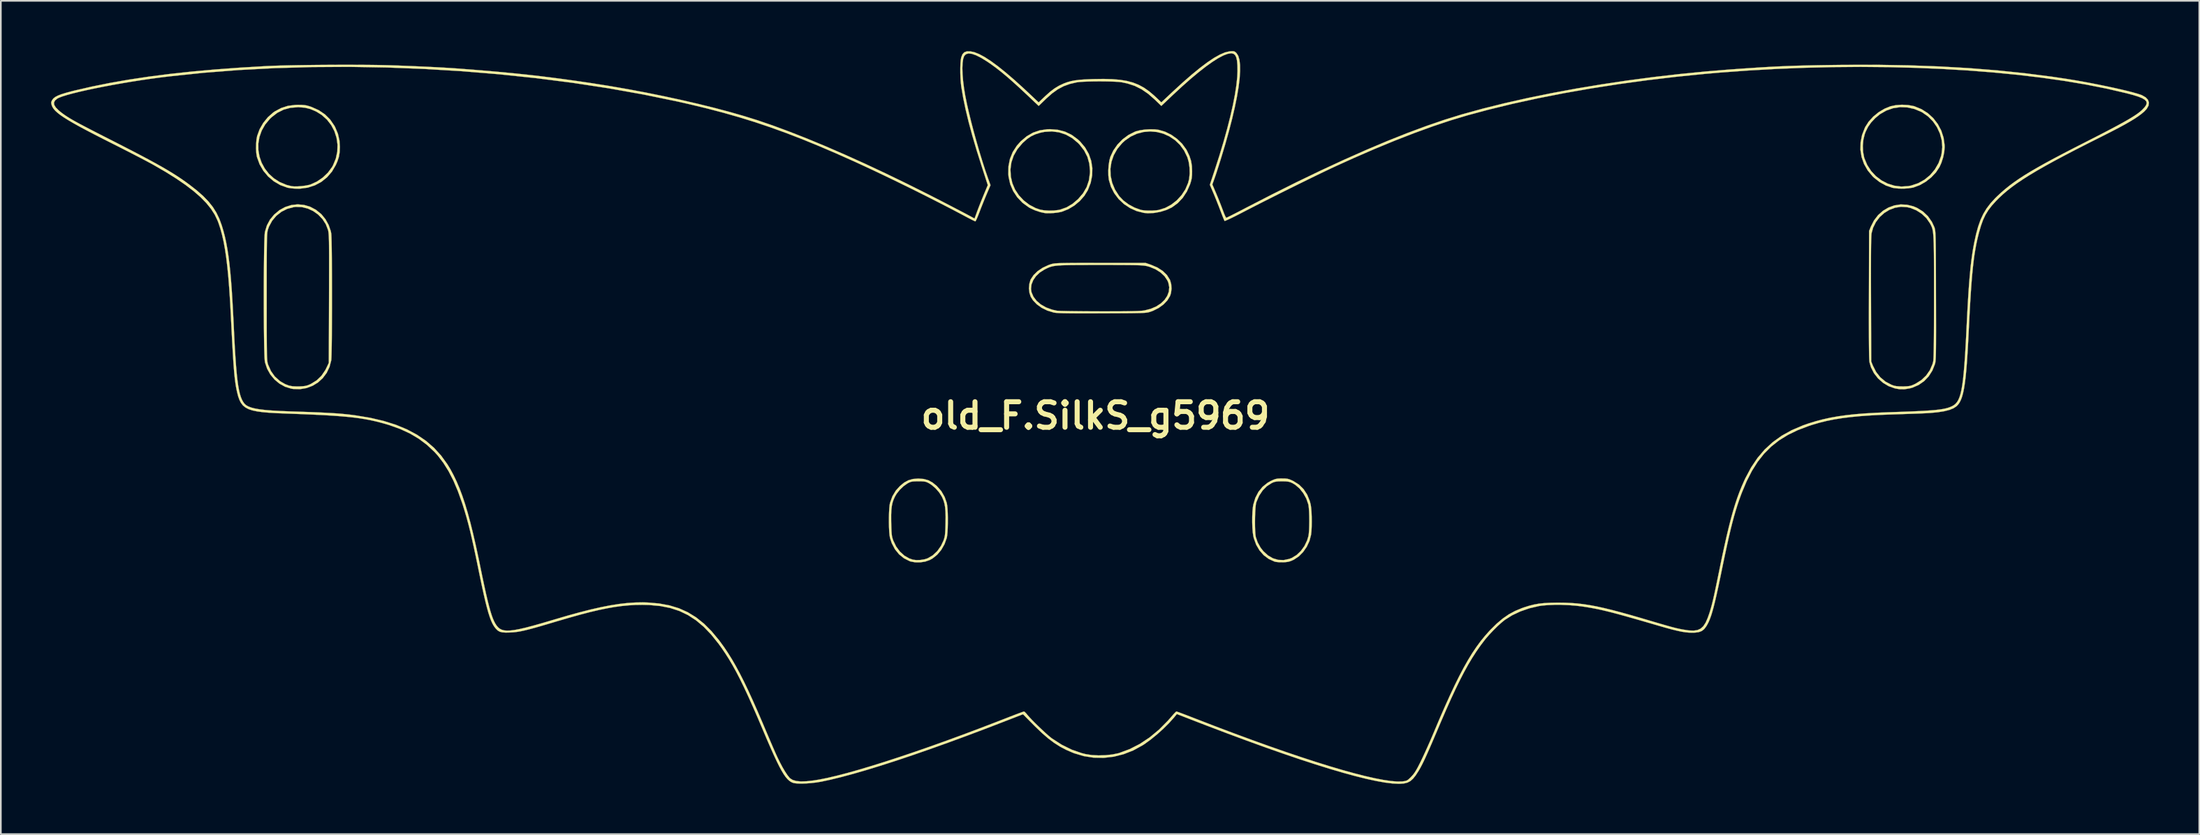
<source format=kicad_pcb>
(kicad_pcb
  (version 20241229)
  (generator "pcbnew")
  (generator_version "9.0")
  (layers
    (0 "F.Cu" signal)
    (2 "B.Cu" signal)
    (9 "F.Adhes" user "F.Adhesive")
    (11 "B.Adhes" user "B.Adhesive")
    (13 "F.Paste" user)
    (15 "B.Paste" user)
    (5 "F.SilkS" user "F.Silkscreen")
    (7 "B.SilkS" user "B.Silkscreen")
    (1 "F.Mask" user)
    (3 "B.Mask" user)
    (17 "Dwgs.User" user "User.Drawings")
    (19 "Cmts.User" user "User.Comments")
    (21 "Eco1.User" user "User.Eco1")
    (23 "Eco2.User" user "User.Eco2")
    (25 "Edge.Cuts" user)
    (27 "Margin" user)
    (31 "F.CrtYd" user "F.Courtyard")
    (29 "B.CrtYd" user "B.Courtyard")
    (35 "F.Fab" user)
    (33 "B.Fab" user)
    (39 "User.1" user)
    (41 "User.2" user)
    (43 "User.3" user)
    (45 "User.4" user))
  (footprint "old_F.SilkS_g5969"
    (layer "F.Cu")
    (at 62.309 21.763)
    (property "Reference" "old_F.SilkS_g5969" (at 0 0 0) (layer "F.SilkS") (effects (font (size 1.524 1.524) (thickness 0.3))))
    (attr through_hole)
    (fp_poly (pts (xy 48.493 -18.543) (xy 48.828 -18.481) (xy 48.874 -18.467) (xy 49.293 -18.296) (xy 49.668 -18.058) (xy 49.993 -17.76) (xy 50.262 -17.412) (xy 50.469 -17.023) (xy 50.607 -16.6) (xy 50.67 -16.152) (xy 50.673 -16.022) (xy 50.648 -15.733) (xy 50.581 -15.412) (xy 50.479 -15.096) (xy 50.367 -14.846) (xy 50.154 -14.524) (xy 49.875 -14.228) (xy 49.549 -13.97) (xy 49.193 -13.765) (xy 48.825 -13.627) (xy 48.764 -13.612) (xy 48.514 -13.572) (xy 48.222 -13.554) (xy 47.925 -13.559) (xy 47.657 -13.587) (xy 47.55 -13.608) (xy 47.167 -13.74) (xy 46.796 -13.943) (xy 46.46 -14.205) (xy 46.378 -14.283) (xy 46.083 -14.637) (xy 45.862 -15.025) (xy 45.716 -15.44) (xy 45.647 -15.873) (xy 45.652 -16.11) (xy 45.791 -16.11) (xy 45.806 -15.746) (xy 45.87 -15.412) (xy 45.884 -15.367) (xy 46.054 -14.962) (xy 46.288 -14.603) (xy 46.575 -14.295) (xy 46.907 -14.044) (xy 47.275 -13.853) (xy 47.67 -13.73) (xy 48.082 -13.678) (xy 48.504 -13.704) (xy 48.673 -13.737) (xy 49.093 -13.878) (xy 49.474 -14.09) (xy 49.807 -14.365) (xy 50.087 -14.697) (xy 50.307 -15.077) (xy 50.458 -15.498) (xy 50.486 -15.621) (xy 50.531 -16.032) (xy 50.496 -16.444) (xy 50.389 -16.843) (xy 50.214 -17.221) (xy 49.977 -17.564) (xy 49.683 -17.862) (xy 49.338 -18.103) (xy 49.276 -18.137) (xy 48.863 -18.309) (xy 48.438 -18.402) (xy 48.013 -18.417) (xy 47.595 -18.354) (xy 47.194 -18.215) (xy 46.821 -18.002) (xy 46.537 -17.768) (xy 46.289 -17.505) (xy 46.103 -17.242) (xy 45.959 -16.95) (xy 45.902 -16.796) (xy 45.823 -16.471) (xy 45.791 -16.11) (xy 45.652 -16.11) (xy 45.656 -16.315) (xy 45.744 -16.757) (xy 45.913 -17.192) (xy 45.929 -17.225) (xy 46.136 -17.55) (xy 46.411 -17.852) (xy 46.735 -18.117) (xy 47.093 -18.329) (xy 47.434 -18.467) (xy 47.761 -18.536) (xy 48.125 -18.562) (xy 48.493 -18.543)) (stroke (width 0.01) (type solid)) (fill yes) (layer "F.SilkS"))
    (fp_poly (pts (xy -2.238 -17.065) (xy -1.812 -16.954) (xy -1.42 -16.766) (xy -1.057 -16.5) (xy -0.909 -16.362) (xy -0.615 -16.012) (xy -0.395 -15.626) (xy -0.25 -15.214) (xy -0.182 -14.783) (xy -0.192 -14.341) (xy -0.281 -13.898) (xy -0.45 -13.462) (xy -0.45 -13.462) (xy -0.659 -13.124) (xy -0.933 -12.813) (xy -1.258 -12.543) (xy -1.615 -12.328) (xy -1.988 -12.18) (xy -2.079 -12.156) (xy -2.267 -12.122) (xy -2.493 -12.098) (xy -2.723 -12.085) (xy -2.924 -12.086) (xy -3.006 -12.093) (xy -3.289 -12.153) (xy -3.594 -12.254) (xy -3.878 -12.382) (xy -3.974 -12.436) (xy -4.349 -12.709) (xy -4.661 -13.035) (xy -4.907 -13.406) (xy -5.082 -13.815) (xy -5.18 -14.254) (xy -5.196 -14.418) (xy -5.191 -14.697) (xy -5.068 -14.697) (xy -5.042 -14.259) (xy -4.955 -13.88) (xy -4.796 -13.505) (xy -4.567 -13.158) (xy -4.278 -12.849) (xy -3.942 -12.591) (xy -3.571 -12.395) (xy -3.297 -12.301) (xy -3.055 -12.258) (xy -2.769 -12.24) (xy -2.472 -12.247) (xy -2.202 -12.28) (xy -2.102 -12.301) (xy -1.722 -12.437) (xy -1.37 -12.644) (xy -1.036 -12.928) (xy -1.032 -12.932) (xy -0.738 -13.275) (xy -0.523 -13.646) (xy -0.387 -14.048) (xy -0.328 -14.482) (xy -0.325 -14.605) (xy -0.363 -15.042) (xy -0.476 -15.446) (xy -0.667 -15.822) (xy -0.939 -16.174) (xy -1.037 -16.277) (xy -1.383 -16.567) (xy -1.762 -16.779) (xy -2.168 -16.914) (xy -2.595 -16.969) (xy -3.034 -16.942) (xy -3.277 -16.892) (xy -3.58 -16.798) (xy -3.838 -16.677) (xy -4.077 -16.514) (xy -4.324 -16.293) (xy -4.36 -16.257) (xy -4.657 -15.905) (xy -4.874 -15.524) (xy -5.012 -15.12) (xy -5.068 -14.697) (xy -5.191 -14.697) (xy -5.187 -14.888) (xy -5.099 -15.329) (xy -4.932 -15.74) (xy -4.686 -16.119) (xy -4.45 -16.383) (xy -4.097 -16.68) (xy -3.721 -16.896) (xy -3.317 -17.034) (xy -2.876 -17.097) (xy -2.703 -17.102) (xy -2.238 -17.065)) (stroke (width 0.01) (type solid)) (fill yes) (layer "F.SilkS"))
    (fp_poly (pts (xy -47.36 -18.553) (xy -47.189 -18.54) (xy -47.037 -18.512) (xy -46.871 -18.463) (xy -46.776 -18.431) (xy -46.345 -18.239) (xy -45.972 -17.988) (xy -45.659 -17.677) (xy -45.404 -17.304) (xy -45.366 -17.234) (xy -45.196 -16.832) (xy -45.102 -16.414) (xy -45.079 -16.047) (xy -45.092 -15.728) (xy -45.138 -15.453) (xy -45.225 -15.184) (xy -45.321 -14.965) (xy -45.553 -14.569) (xy -45.844 -14.231) (xy -46.186 -13.957) (xy -46.573 -13.75) (xy -46.997 -13.613) (xy -47.453 -13.552) (xy -47.603 -13.549) (xy -47.81 -13.558) (xy -48.017 -13.578) (xy -48.186 -13.606) (xy -48.218 -13.614) (xy -48.638 -13.767) (xy -49.022 -13.992) (xy -49.361 -14.279) (xy -49.647 -14.62) (xy -49.871 -15.007) (xy -50.024 -15.43) (xy -50.035 -15.473) (xy -50.068 -15.684) (xy -50.083 -15.945) (xy -50.078 -16.223) (xy -50.076 -16.246) (xy -49.944 -16.246) (xy -49.942 -15.854) (xy -49.876 -15.47) (xy -49.748 -15.102) (xy -49.561 -14.757) (xy -49.318 -14.444) (xy -49.021 -14.172) (xy -48.672 -13.948) (xy -48.275 -13.78) (xy -47.964 -13.7) (xy -47.8 -13.685) (xy -47.582 -13.688) (xy -47.342 -13.707) (xy -47.106 -13.738) (xy -46.904 -13.78) (xy -46.832 -13.802) (xy -46.453 -13.974) (xy -46.101 -14.214) (xy -45.794 -14.508) (xy -45.547 -14.842) (xy -45.489 -14.946) (xy -45.323 -15.348) (xy -45.234 -15.762) (xy -45.221 -16.179) (xy -45.279 -16.588) (xy -45.405 -16.98) (xy -45.597 -17.345) (xy -45.852 -17.672) (xy -46.166 -17.953) (xy -46.496 -18.157) (xy -46.834 -18.302) (xy -47.169 -18.385) (xy -47.537 -18.414) (xy -47.583 -18.414) (xy -48.028 -18.378) (xy -48.433 -18.269) (xy -48.806 -18.083) (xy -49.151 -17.818) (xy -49.254 -17.72) (xy -49.536 -17.381) (xy -49.743 -17.017) (xy -49.878 -16.636) (xy -49.944 -16.246) (xy -50.076 -16.246) (xy -50.056 -16.486) (xy -50.017 -16.697) (xy -49.87 -17.098) (xy -49.652 -17.477) (xy -49.376 -17.817) (xy -49.054 -18.1) (xy -48.966 -18.161) (xy -48.589 -18.363) (xy -48.186 -18.493) (xy -47.745 -18.551) (xy -47.583 -18.556) (xy -47.36 -18.553)) (stroke (width 0.01) (type solid)) (fill yes) (layer "F.SilkS"))
    (fp_poly (pts (xy 3.555 -17.091) (xy 3.778 -17.063) (xy 4.161 -16.95) (xy 4.533 -16.765) (xy 4.878 -16.52) (xy 5.178 -16.229) (xy 5.417 -15.902) (xy 5.469 -15.809) (xy 5.616 -15.495) (xy 5.71 -15.205) (xy 5.759 -14.904) (xy 5.771 -14.584) (xy 5.766 -14.358) (xy 5.749 -14.179) (xy 5.712 -14.012) (xy 5.652 -13.819) (xy 5.645 -13.799) (xy 5.458 -13.378) (xy 5.211 -13.003) (xy 4.909 -12.685) (xy 4.56 -12.432) (xy 4.56 -12.432) (xy 4.239 -12.281) (xy 3.875 -12.168) (xy 3.495 -12.101) (xy 3.128 -12.084) (xy 2.896 -12.105) (xy 2.465 -12.213) (xy 2.065 -12.393) (xy 1.702 -12.635) (xy 1.385 -12.933) (xy 1.125 -13.278) (xy 0.928 -13.66) (xy 0.804 -14.073) (xy 0.802 -14.087) (xy 0.772 -14.348) (xy 0.769 -14.649) (xy 0.775 -14.739) (xy 0.897 -14.739) (xy 0.911 -14.321) (xy 1.001 -13.906) (xy 1.167 -13.503) (xy 1.411 -13.122) (xy 1.434 -13.093) (xy 1.679 -12.839) (xy 1.985 -12.612) (xy 2.326 -12.426) (xy 2.681 -12.296) (xy 2.748 -12.279) (xy 2.922 -12.253) (xy 3.147 -12.241) (xy 3.39 -12.243) (xy 3.619 -12.258) (xy 3.776 -12.281) (xy 4.164 -12.403) (xy 4.528 -12.598) (xy 4.856 -12.855) (xy 5.14 -13.164) (xy 5.368 -13.513) (xy 5.53 -13.893) (xy 5.591 -14.13) (xy 5.625 -14.455) (xy 5.616 -14.808) (xy 5.566 -15.151) (xy 5.487 -15.425) (xy 5.295 -15.822) (xy 5.046 -16.163) (xy 4.75 -16.447) (xy 4.416 -16.671) (xy 4.052 -16.834) (xy 3.668 -16.934) (xy 3.273 -16.968) (xy 2.875 -16.935) (xy 2.483 -16.834) (xy 2.107 -16.661) (xy 1.755 -16.415) (xy 1.596 -16.269) (xy 1.309 -15.926) (xy 1.097 -15.551) (xy 0.959 -15.152) (xy 0.897 -14.739) (xy 0.775 -14.739) (xy 0.791 -14.959) (xy 0.836 -15.245) (xy 0.888 -15.44) (xy 1.067 -15.827) (xy 1.316 -16.184) (xy 1.622 -16.498) (xy 1.973 -16.758) (xy 2.357 -16.951) (xy 2.429 -16.978) (xy 2.666 -17.038) (xy 2.954 -17.079) (xy 3.261 -17.097) (xy 3.555 -17.091)) (stroke (width 0.01) (type solid)) (fill yes) (layer "F.SilkS"))
    (fp_poly (pts (xy 11.322 3.75) (xy 11.462 3.765) (xy 11.587 3.8) (xy 11.733 3.864) (xy 11.82 3.906) (xy 12.149 4.114) (xy 12.422 4.385) (xy 12.638 4.715) (xy 12.794 5.101) (xy 12.848 5.313) (xy 12.875 5.5) (xy 12.895 5.749) (xy 12.907 6.036) (xy 12.91 6.338) (xy 12.905 6.633) (xy 12.891 6.898) (xy 12.868 7.109) (xy 12.867 7.112) (xy 12.773 7.476) (xy 12.613 7.821) (xy 12.398 8.132) (xy 12.14 8.393) (xy 11.849 8.588) (xy 11.821 8.602) (xy 11.654 8.677) (xy 11.503 8.72) (xy 11.33 8.743) (xy 11.204 8.749) (xy 10.964 8.747) (xy 10.764 8.725) (xy 10.68 8.704) (xy 10.342 8.55) (xy 10.044 8.327) (xy 9.792 8.041) (xy 9.593 7.702) (xy 9.453 7.316) (xy 9.422 7.185) (xy 9.389 6.96) (xy 9.367 6.678) (xy 9.357 6.363) (xy 9.357 6.324) (xy 9.523 6.324) (xy 9.525 6.602) (xy 9.533 6.856) (xy 9.547 7.068) (xy 9.567 7.219) (xy 9.57 7.234) (xy 9.68 7.557) (xy 9.854 7.871) (xy 10.019 8.084) (xy 10.294 8.337) (xy 10.592 8.511) (xy 10.908 8.604) (xy 11.235 8.617) (xy 11.568 8.547) (xy 11.718 8.488) (xy 12.003 8.316) (xy 12.257 8.076) (xy 12.47 7.781) (xy 12.632 7.445) (xy 12.71 7.189) (xy 12.732 7.039) (xy 12.749 6.825) (xy 12.758 6.568) (xy 12.762 6.288) (xy 12.759 6.004) (xy 12.75 5.737) (xy 12.734 5.508) (xy 12.713 5.336) (xy 12.704 5.292) (xy 12.583 4.946) (xy 12.405 4.626) (xy 12.182 4.346) (xy 11.924 4.124) (xy 11.748 4.02) (xy 11.629 3.968) (xy 11.513 3.937) (xy 11.372 3.921) (xy 11.179 3.916) (xy 11.134 3.916) (xy 10.927 3.919) (xy 10.779 3.933) (xy 10.66 3.961) (xy 10.544 4.008) (xy 10.52 4.02) (xy 10.234 4.205) (xy 9.981 4.46) (xy 9.773 4.771) (xy 9.617 5.128) (xy 9.593 5.204) (xy 9.569 5.331) (xy 9.55 5.525) (xy 9.536 5.767) (xy 9.527 6.039) (xy 9.523 6.324) (xy 9.357 6.324) (xy 9.358 6.04) (xy 9.371 5.733) (xy 9.395 5.468) (xy 9.42 5.313) (xy 9.543 4.904) (xy 9.729 4.546) (xy 9.973 4.245) (xy 10.272 4.004) (xy 10.446 3.906) (xy 10.615 3.826) (xy 10.746 3.779) (xy 10.874 3.755) (xy 11.035 3.747) (xy 11.134 3.747) (xy 11.322 3.75)) (stroke (width 0.01) (type solid)) (fill yes) (layer "F.SilkS"))
    (fp_poly (pts (xy -10.246 3.776) (xy -9.973 3.85) (xy -9.721 3.986) (xy -9.467 4.192) (xy -9.459 4.2) (xy -9.193 4.502) (xy -8.994 4.85) (xy -8.868 5.209) (xy -8.842 5.359) (xy -8.822 5.574) (xy -8.809 5.835) (xy -8.803 6.124) (xy -8.804 6.421) (xy -8.811 6.707) (xy -8.825 6.964) (xy -8.846 7.172) (xy -8.868 7.294) (xy -9.003 7.67) (xy -9.196 8.008) (xy -9.438 8.297) (xy -9.721 8.523) (xy -9.885 8.614) (xy -10.154 8.708) (xy -10.456 8.754) (xy -10.76 8.751) (xy -11.034 8.699) (xy -11.077 8.684) (xy -11.419 8.513) (xy -11.715 8.274) (xy -11.96 7.972) (xy -12.149 7.613) (xy -12.256 7.294) (xy -12.282 7.142) (xy -12.302 6.925) (xy -12.315 6.662) (xy -12.321 6.373) (xy -12.32 6.076) (xy -12.316 5.915) (xy -12.185 5.915) (xy -12.184 6.263) (xy -12.182 6.392) (xy -12.174 6.677) (xy -12.166 6.893) (xy -12.154 7.057) (xy -12.137 7.184) (xy -12.113 7.292) (xy -12.08 7.395) (xy -12.058 7.457) (xy -11.888 7.808) (xy -11.666 8.108) (xy -11.402 8.349) (xy -11.103 8.521) (xy -10.892 8.592) (xy -10.687 8.618) (xy -10.445 8.611) (xy -10.204 8.573) (xy -10.007 8.511) (xy -9.699 8.33) (xy -9.431 8.078) (xy -9.211 7.765) (xy -9.066 7.457) (xy -9.028 7.348) (xy -9 7.245) (xy -8.979 7.13) (xy -8.965 6.988) (xy -8.954 6.803) (xy -8.946 6.558) (xy -8.942 6.392) (xy -8.938 6.02) (xy -8.946 5.717) (xy -8.967 5.466) (xy -9.005 5.254) (xy -9.062 5.063) (xy -9.139 4.879) (xy -9.169 4.819) (xy -9.323 4.578) (xy -9.529 4.342) (xy -9.759 4.142) (xy -9.916 4.039) (xy -10.027 3.982) (xy -10.125 3.945) (xy -10.235 3.926) (xy -10.383 3.917) (xy -10.562 3.916) (xy -10.763 3.918) (xy -10.905 3.927) (xy -11.012 3.949) (xy -11.11 3.988) (xy -11.208 4.039) (xy -11.44 4.201) (xy -11.666 4.416) (xy -11.858 4.656) (xy -11.955 4.819) (xy -12.04 5.003) (xy -12.103 5.19) (xy -12.146 5.394) (xy -12.173 5.63) (xy -12.185 5.915) (xy -12.316 5.915) (xy -12.313 5.79) (xy -12.299 5.535) (xy -12.279 5.329) (xy -12.257 5.209) (xy -12.114 4.812) (xy -11.908 4.469) (xy -11.665 4.2) (xy -11.411 3.991) (xy -11.159 3.854) (xy -10.888 3.777) (xy -10.573 3.753) (xy -10.562 3.753) (xy -10.246 3.776)) (stroke (width 0.01) (type solid)) (fill yes) (layer "F.SilkS"))
    (fp_poly (pts (xy 3.312 -9.011) (xy 3.699 -8.846) (xy 4.019 -8.639) (xy 4.27 -8.394) (xy 4.446 -8.113) (xy 4.456 -8.092) (xy 4.524 -7.854) (xy 4.543 -7.585) (xy 4.512 -7.321) (xy 4.457 -7.151) (xy 4.297 -6.886) (xy 4.066 -6.643) (xy 3.777 -6.432) (xy 3.442 -6.264) (xy 3.305 -6.213) (xy 3.246 -6.194) (xy 3.189 -6.177) (xy 3.125 -6.163) (xy 3.048 -6.152) (xy 2.951 -6.142) (xy 2.828 -6.134) (xy 2.671 -6.128) (xy 2.473 -6.124) (xy 2.229 -6.12) (xy 1.929 -6.117) (xy 1.569 -6.115) (xy 1.141 -6.113) (xy 0.638 -6.111) (xy 0.402 -6.11) (xy -0.159 -6.108) (xy -0.642 -6.108) (xy -1.053 -6.108) (xy -1.398 -6.11) (xy -1.684 -6.113) (xy -1.918 -6.117) (xy -2.105 -6.123) (xy -2.252 -6.131) (xy -2.365 -6.141) (xy -2.451 -6.152) (xy -2.495 -6.161) (xy -2.866 -6.274) (xy -3.204 -6.439) (xy -3.494 -6.647) (xy -3.725 -6.888) (xy -3.859 -7.101) (xy -3.936 -7.335) (xy -3.96 -7.569) (xy -3.841 -7.569) (xy -3.813 -7.379) (xy -3.697 -7.104) (xy -3.507 -6.856) (xy -3.252 -6.639) (xy -2.941 -6.462) (xy -2.582 -6.331) (xy -2.299 -6.267) (xy -2.219 -6.261) (xy -2.063 -6.254) (xy -1.839 -6.249) (xy -1.556 -6.243) (xy -1.222 -6.239) (xy -0.846 -6.235) (xy -0.437 -6.232) (xy -0.003 -6.23) (xy 0.254 -6.229) (xy 0.799 -6.229) (xy 1.266 -6.23) (xy 1.661 -6.232) (xy 1.992 -6.236) (xy 2.264 -6.241) (xy 2.484 -6.247) (xy 2.66 -6.256) (xy 2.796 -6.267) (xy 2.901 -6.279) (xy 2.933 -6.285) (xy 3.302 -6.38) (xy 3.628 -6.52) (xy 3.904 -6.7) (xy 4.125 -6.912) (xy 4.285 -7.149) (xy 4.38 -7.403) (xy 4.405 -7.669) (xy 4.352 -7.938) (xy 4.298 -8.068) (xy 4.124 -8.326) (xy 3.882 -8.554) (xy 3.583 -8.742) (xy 3.24 -8.883) (xy 3.121 -8.917) (xy 3.052 -8.934) (xy 2.978 -8.948) (xy 2.891 -8.96) (xy 2.785 -8.969) (xy 2.653 -8.977) (xy 2.488 -8.983) (xy 2.282 -8.988) (xy 2.028 -8.991) (xy 1.719 -8.993) (xy 1.349 -8.995) (xy 0.909 -8.996) (xy 0.394 -8.996) (xy 0.275 -8.996) (xy -0.278 -8.996) (xy -0.753 -8.995) (xy -1.158 -8.993) (xy -1.5 -8.99) (xy -1.785 -8.984) (xy -2.022 -8.976) (xy -2.218 -8.964) (xy -2.378 -8.948) (xy -2.512 -8.927) (xy -2.625 -8.901) (xy -2.726 -8.869) (xy -2.821 -8.831) (xy -2.917 -8.786) (xy -3.021 -8.733) (xy -3.036 -8.726) (xy -3.316 -8.548) (xy -3.542 -8.333) (xy -3.71 -8.09) (xy -3.812 -7.832) (xy -3.841 -7.569) (xy -3.96 -7.569) (xy -3.964 -7.603) (xy -3.942 -7.873) (xy -3.872 -8.111) (xy -3.862 -8.133) (xy -3.689 -8.393) (xy -3.446 -8.63) (xy -3.143 -8.833) (xy -2.793 -8.995) (xy -2.646 -9.045) (xy -2.589 -9.061) (xy -2.527 -9.074) (xy -2.452 -9.086) (xy -2.357 -9.095) (xy -2.236 -9.103) (xy -2.082 -9.109) (xy -1.888 -9.114) (xy -1.648 -9.117) (xy -1.355 -9.12) (xy -1.002 -9.121) (xy -0.582 -9.122) (xy -0.089 -9.123) (xy 0.296 -9.123) (xy 2.985 -9.123) (xy 3.312 -9.011)) (stroke (width 0.01) (type solid)) (fill yes) (layer "F.SilkS"))
    (fp_poly (pts (xy 48.424 -12.593) (xy 48.806 -12.499) (xy 49.028 -12.405) (xy 49.379 -12.187) (xy 49.676 -11.906) (xy 49.913 -11.568) (xy 50.052 -11.27) (xy 50.068 -11.227) (xy 50.082 -11.184) (xy 50.094 -11.135) (xy 50.104 -11.075) (xy 50.113 -10.997) (xy 50.121 -10.898) (xy 50.127 -10.77) (xy 50.133 -10.609) (xy 50.137 -10.409) (xy 50.141 -10.165) (xy 50.144 -9.872) (xy 50.146 -9.523) (xy 50.149 -9.114) (xy 50.151 -8.639) (xy 50.153 -8.092) (xy 50.154 -7.469) (xy 50.155 -7.179) (xy 50.157 -6.513) (xy 50.158 -5.926) (xy 50.159 -5.414) (xy 50.159 -4.97) (xy 50.158 -4.589) (xy 50.157 -4.266) (xy 50.154 -3.995) (xy 50.151 -3.772) (xy 50.146 -3.59) (xy 50.141 -3.445) (xy 50.134 -3.331) (xy 50.126 -3.242) (xy 50.116 -3.174) (xy 50.105 -3.121) (xy 50.099 -3.095) (xy 49.943 -2.7) (xy 49.723 -2.353) (xy 49.447 -2.063) (xy 49.119 -1.834) (xy 48.746 -1.673) (xy 48.595 -1.632) (xy 48.272 -1.579) (xy 47.97 -1.583) (xy 47.7 -1.632) (xy 47.329 -1.764) (xy 46.991 -1.966) (xy 46.696 -2.228) (xy 46.454 -2.538) (xy 46.277 -2.887) (xy 46.188 -3.186) (xy 46.179 -3.265) (xy 46.171 -3.411) (xy 46.164 -3.624) (xy 46.159 -3.908) (xy 46.155 -4.264) (xy 46.152 -4.694) (xy 46.151 -5.2) (xy 46.15 -5.786) (xy 46.151 -6.451) (xy 46.153 -7.199) (xy 46.153 -7.219) (xy 46.157 -8.505) (xy 46.275 -8.505) (xy 46.276 -7.887) (xy 46.278 -7.189) (xy 46.279 -6.943) (xy 46.291 -3.239) (xy 46.393 -2.985) (xy 46.586 -2.607) (xy 46.837 -2.289) (xy 47.145 -2.034) (xy 47.506 -1.844) (xy 47.646 -1.793) (xy 47.789 -1.765) (xy 47.992 -1.749) (xy 48.22 -1.747) (xy 48.42 -1.755) (xy 48.566 -1.771) (xy 48.69 -1.802) (xy 48.825 -1.857) (xy 48.946 -1.916) (xy 49.284 -2.128) (xy 49.568 -2.4) (xy 49.792 -2.721) (xy 49.947 -3.081) (xy 49.991 -3.251) (xy 50 -3.333) (xy 50.009 -3.483) (xy 50.016 -3.703) (xy 50.022 -3.996) (xy 50.027 -4.363) (xy 50.031 -4.805) (xy 50.034 -5.325) (xy 50.036 -5.925) (xy 50.037 -6.607) (xy 50.037 -7.104) (xy 50.037 -7.769) (xy 50.037 -8.355) (xy 50.036 -8.868) (xy 50.034 -9.314) (xy 50.031 -9.697) (xy 50.026 -10.023) (xy 50.02 -10.299) (xy 50.011 -10.53) (xy 50 -10.721) (xy 49.986 -10.878) (xy 49.969 -11.007) (xy 49.949 -11.113) (xy 49.925 -11.202) (xy 49.897 -11.28) (xy 49.864 -11.352) (xy 49.827 -11.424) (xy 49.795 -11.484) (xy 49.583 -11.789) (xy 49.307 -12.051) (xy 48.985 -12.258) (xy 48.631 -12.401) (xy 48.433 -12.447) (xy 48.07 -12.47) (xy 47.715 -12.414) (xy 47.378 -12.289) (xy 47.069 -12.1) (xy 46.797 -11.855) (xy 46.573 -11.561) (xy 46.406 -11.226) (xy 46.314 -10.901) (xy 46.304 -10.821) (xy 46.297 -10.684) (xy 46.29 -10.488) (xy 46.284 -10.229) (xy 46.28 -9.904) (xy 46.277 -9.51) (xy 46.276 -9.045) (xy 46.275 -8.505) (xy 46.157 -8.505) (xy 46.164 -11.028) (xy 46.266 -11.282) (xy 46.456 -11.655) (xy 46.7 -11.972) (xy 46.99 -12.23) (xy 47.316 -12.424) (xy 47.67 -12.552) (xy 48.042 -12.61) (xy 48.424 -12.593)) (stroke (width 0.01) (type solid)) (fill yes) (layer "F.SilkS"))
    (fp_poly (pts (xy -47.221 -12.581) (xy -46.854 -12.473) (xy -46.507 -12.29) (xy -46.189 -12.033) (xy -46.176 -12.02) (xy -45.938 -11.727) (xy -45.749 -11.386) (xy -45.623 -11.022) (xy -45.595 -10.88) (xy -45.587 -10.786) (xy -45.58 -10.616) (xy -45.573 -10.377) (xy -45.568 -10.077) (xy -45.563 -9.724) (xy -45.559 -9.326) (xy -45.556 -8.891) (xy -45.553 -8.427) (xy -45.552 -7.941) (xy -45.551 -7.442) (xy -45.551 -6.937) (xy -45.551 -6.435) (xy -45.553 -5.943) (xy -45.555 -5.469) (xy -45.558 -5.022) (xy -45.561 -4.608) (xy -45.566 -4.237) (xy -45.571 -3.915) (xy -45.577 -3.651) (xy -45.584 -3.453) (xy -45.592 -3.329) (xy -45.595 -3.302) (xy -45.698 -2.908) (xy -45.869 -2.553) (xy -46.101 -2.243) (xy -46.383 -1.985) (xy -46.709 -1.786) (xy -47.068 -1.65) (xy -47.453 -1.585) (xy -47.854 -1.595) (xy -47.984 -1.616) (xy -48.346 -1.727) (xy -48.681 -1.911) (xy -48.977 -2.157) (xy -49.227 -2.457) (xy -49.42 -2.801) (xy -49.546 -3.177) (xy -49.554 -3.212) (xy -49.565 -3.311) (xy -49.576 -3.487) (xy -49.585 -3.731) (xy -49.594 -4.037) (xy -49.601 -4.396) (xy -49.607 -4.8) (xy -49.612 -5.241) (xy -49.615 -5.712) (xy -49.618 -6.205) (xy -49.619 -6.711) (xy -49.619 -7.086) (xy -49.445 -7.086) (xy -49.445 -6.433) (xy -49.445 -5.859) (xy -49.445 -5.359) (xy -49.444 -4.927) (xy -49.442 -4.558) (xy -49.44 -4.245) (xy -49.437 -3.984) (xy -49.434 -3.77) (xy -49.429 -3.595) (xy -49.423 -3.456) (xy -49.416 -3.345) (xy -49.408 -3.259) (xy -49.398 -3.191) (xy -49.387 -3.136) (xy -49.374 -3.088) (xy -49.359 -3.043) (xy -49.191 -2.665) (xy -48.964 -2.345) (xy -48.677 -2.085) (xy -48.591 -2.027) (xy -48.355 -1.891) (xy -48.136 -1.803) (xy -47.904 -1.757) (xy -47.631 -1.745) (xy -47.519 -1.747) (xy -47.311 -1.757) (xy -47.159 -1.774) (xy -47.032 -1.805) (xy -46.9 -1.856) (xy -46.801 -1.903) (xy -46.462 -2.112) (xy -46.179 -2.385) (xy -45.951 -2.721) (xy -45.898 -2.824) (xy -45.741 -3.154) (xy -45.728 -6.985) (xy -45.726 -7.648) (xy -45.725 -8.231) (xy -45.724 -8.741) (xy -45.724 -9.183) (xy -45.724 -9.562) (xy -45.726 -9.883) (xy -45.728 -10.152) (xy -45.731 -10.375) (xy -45.736 -10.557) (xy -45.741 -10.703) (xy -45.748 -10.82) (xy -45.756 -10.911) (xy -45.766 -10.984) (xy -45.777 -11.042) (xy -45.786 -11.082) (xy -45.919 -11.428) (xy -46.118 -11.736) (xy -46.372 -12.001) (xy -46.669 -12.213) (xy -46.999 -12.366) (xy -47.35 -12.452) (xy -47.71 -12.464) (xy -47.842 -12.448) (xy -48.223 -12.346) (xy -48.569 -12.171) (xy -48.872 -11.931) (xy -49.12 -11.636) (xy -49.306 -11.293) (xy -49.365 -11.13) (xy -49.379 -11.082) (xy -49.391 -11.03) (xy -49.402 -10.968) (xy -49.411 -10.89) (xy -49.419 -10.791) (xy -49.425 -10.666) (xy -49.43 -10.509) (xy -49.435 -10.314) (xy -49.438 -10.075) (xy -49.441 -9.789) (xy -49.443 -9.447) (xy -49.444 -9.047) (xy -49.445 -8.581) (xy -49.445 -8.044) (xy -49.445 -7.431) (xy -49.445 -7.086) (xy -49.619 -7.086) (xy -49.619 -7.223) (xy -49.619 -7.733) (xy -49.617 -8.234) (xy -49.613 -8.716) (xy -49.609 -9.173) (xy -49.604 -9.596) (xy -49.597 -9.978) (xy -49.589 -10.311) (xy -49.58 -10.586) (xy -49.57 -10.796) (xy -49.559 -10.934) (xy -49.553 -10.972) (xy -49.433 -11.364) (xy -49.247 -11.709) (xy -49 -12.007) (xy -48.685 -12.27) (xy -48.34 -12.459) (xy -47.974 -12.574) (xy -47.598 -12.615) (xy -47.221 -12.581)) (stroke (width 0.01) (type solid)) (fill yes) (layer "F.SilkS"))
    (fp_poly (pts (xy 8.268 -21.75) (xy 8.337 -21.718) (xy 8.409 -21.654) (xy 8.416 -21.647) (xy 8.522 -21.486) (xy 8.593 -21.25) (xy 8.631 -20.941) (xy 8.634 -20.564) (xy 8.605 -20.119) (xy 8.542 -19.611) (xy 8.446 -19.04) (xy 8.318 -18.41) (xy 8.159 -17.724) (xy 7.967 -16.983) (xy 7.745 -16.191) (xy 7.53 -15.474) (xy 7.438 -15.177) (xy 7.346 -14.885) (xy 7.259 -14.615) (xy 7.184 -14.384) (xy 7.124 -14.21) (xy 7.104 -14.153) (xy 6.978 -13.803) (xy 7.209 -13.262) (xy 7.314 -13.011) (xy 7.425 -12.735) (xy 7.528 -12.47) (xy 7.604 -12.267) (xy 7.672 -12.086) (xy 7.734 -11.94) (xy 7.781 -11.843) (xy 7.806 -11.812) (xy 7.852 -11.83) (xy 7.963 -11.884) (xy 8.13 -11.967) (xy 8.343 -12.075) (xy 8.593 -12.203) (xy 8.869 -12.347) (xy 8.97 -12.4) (xy 10.514 -13.194) (xy 12.003 -13.938) (xy 13.439 -14.63) (xy 14.818 -15.269) (xy 16.14 -15.856) (xy 17.404 -16.39) (xy 18.609 -16.87) (xy 19.754 -17.295) (xy 20.837 -17.666) (xy 21.857 -17.982) (xy 21.886 -17.99) (xy 23.118 -18.329) (xy 24.424 -18.654) (xy 25.795 -18.963) (xy 27.222 -19.254) (xy 28.694 -19.527) (xy 30.204 -19.778) (xy 31.741 -20.008) (xy 33.296 -20.214) (xy 34.86 -20.394) (xy 36.423 -20.548) (xy 37.74 -20.656) (xy 38.452 -20.708) (xy 39.101 -20.752) (xy 39.702 -20.791) (xy 40.27 -20.824) (xy 40.818 -20.851) (xy 41.362 -20.874) (xy 41.916 -20.893) (xy 42.494 -20.908) (xy 43.111 -20.921) (xy 43.781 -20.931) (xy 44.519 -20.94) (xy 44.662 -20.941) (xy 46.625 -20.945) (xy 48.516 -20.914) (xy 50.34 -20.848) (xy 52.103 -20.748) (xy 53.81 -20.612) (xy 55.466 -20.441) (xy 57.077 -20.235) (xy 57.954 -20.104) (xy 58.41 -20.03) (xy 58.883 -19.947) (xy 59.366 -19.857) (xy 59.848 -19.763) (xy 60.319 -19.666) (xy 60.77 -19.57) (xy 61.191 -19.475) (xy 61.572 -19.384) (xy 61.903 -19.299) (xy 62.175 -19.222) (xy 62.378 -19.156) (xy 62.446 -19.129) (xy 62.665 -19.004) (xy 62.804 -18.856) (xy 62.861 -18.689) (xy 62.837 -18.507) (xy 62.73 -18.316) (xy 62.577 -18.152) (xy 62.417 -18.017) (xy 62.229 -17.877) (xy 62.007 -17.728) (xy 61.743 -17.567) (xy 61.431 -17.388) (xy 61.064 -17.189) (xy 60.634 -16.965) (xy 60.136 -16.712) (xy 59.989 -16.638) (xy 59.186 -16.234) (xy 58.457 -15.862) (xy 57.796 -15.517) (xy 57.199 -15.198) (xy 56.661 -14.901) (xy 56.176 -14.624) (xy 55.742 -14.364) (xy 55.352 -14.117) (xy 55.002 -13.882) (xy 54.688 -13.655) (xy 54.405 -13.433) (xy 54.148 -13.213) (xy 53.912 -12.993) (xy 53.741 -12.82) (xy 53.486 -12.538) (xy 53.279 -12.267) (xy 53.108 -11.988) (xy 52.964 -11.683) (xy 52.838 -11.333) (xy 52.718 -10.919) (xy 52.705 -10.868) (xy 52.633 -10.574) (xy 52.567 -10.272) (xy 52.508 -9.954) (xy 52.453 -9.615) (xy 52.403 -9.246) (xy 52.357 -8.842) (xy 52.314 -8.395) (xy 52.273 -7.899) (xy 52.234 -7.347) (xy 52.196 -6.733) (xy 52.158 -6.048) (xy 52.12 -5.287) (xy 52.112 -5.122) (xy 52.076 -4.408) (xy 52.04 -3.773) (xy 52.003 -3.212) (xy 51.964 -2.721) (xy 51.922 -2.293) (xy 51.876 -1.925) (xy 51.826 -1.611) (xy 51.771 -1.345) (xy 51.709 -1.123) (xy 51.641 -0.94) (xy 51.565 -0.79) (xy 51.481 -0.668) (xy 51.387 -0.569) (xy 51.379 -0.563) (xy 51.202 -0.445) (xy 50.958 -0.346) (xy 50.646 -0.267) (xy 50.26 -0.206) (xy 49.796 -0.162) (xy 49.572 -0.149) (xy 49.418 -0.142) (xy 49.194 -0.132) (xy 48.915 -0.122) (xy 48.594 -0.111) (xy 48.247 -0.099) (xy 47.887 -0.087) (xy 47.731 -0.082) (xy 46.964 -0.054) (xy 46.272 -0.019) (xy 45.646 0.025) (xy 45.078 0.08) (xy 44.559 0.145) (xy 44.078 0.222) (xy 43.628 0.313) (xy 43.199 0.419) (xy 42.783 0.541) (xy 42.55 0.617) (xy 41.902 0.864) (xy 41.319 1.147) (xy 40.795 1.47) (xy 40.324 1.841) (xy 39.901 2.264) (xy 39.519 2.747) (xy 39.174 3.293) (xy 38.859 3.91) (xy 38.568 4.603) (xy 38.532 4.699) (xy 38.418 5.013) (xy 38.31 5.329) (xy 38.208 5.656) (xy 38.107 6.002) (xy 38.006 6.378) (xy 37.903 6.79) (xy 37.795 7.249) (xy 37.681 7.762) (xy 37.557 8.339) (xy 37.422 8.988) (xy 37.382 9.186) (xy 37.26 9.775) (xy 37.152 10.287) (xy 37.054 10.73) (xy 36.966 11.109) (xy 36.885 11.433) (xy 36.809 11.707) (xy 36.737 11.939) (xy 36.666 12.135) (xy 36.596 12.303) (xy 36.522 12.448) (xy 36.445 12.579) (xy 36.442 12.584) (xy 36.319 12.743) (xy 36.178 12.852) (xy 36.002 12.918) (xy 35.773 12.948) (xy 35.602 12.952) (xy 35.409 12.946) (xy 35.205 12.927) (xy 34.978 12.891) (xy 34.717 12.836) (xy 34.41 12.761) (xy 34.045 12.662) (xy 33.655 12.55) (xy 33.029 12.367) (xy 32.476 12.207) (xy 31.988 12.068) (xy 31.56 11.947) (xy 31.182 11.843) (xy 30.847 11.754) (xy 30.547 11.679) (xy 30.276 11.614) (xy 30.025 11.558) (xy 29.787 11.51) (xy 29.554 11.467) (xy 29.318 11.427) (xy 29.073 11.389) (xy 29.041 11.384) (xy 28.655 11.338) (xy 28.236 11.306) (xy 27.804 11.29) (xy 27.381 11.29) (xy 26.986 11.305) (xy 26.642 11.335) (xy 26.465 11.362) (xy 25.897 11.495) (xy 25.36 11.68) (xy 24.87 11.911) (xy 24.441 12.18) (xy 24.422 12.194) (xy 24.218 12.361) (xy 23.982 12.575) (xy 23.736 12.82) (xy 23.497 13.074) (xy 23.285 13.318) (xy 23.221 13.399) (xy 22.969 13.732) (xy 22.725 14.082) (xy 22.485 14.454) (xy 22.245 14.856) (xy 22.003 15.295) (xy 21.753 15.777) (xy 21.493 16.31) (xy 21.219 16.9) (xy 20.927 17.555) (xy 20.613 18.281) (xy 20.511 18.52) (xy 20.297 19.025) (xy 20.112 19.458) (xy 19.952 19.827) (xy 19.813 20.14) (xy 19.694 20.404) (xy 19.59 20.626) (xy 19.497 20.813) (xy 19.414 20.973) (xy 19.335 21.114) (xy 19.295 21.182) (xy 19.119 21.457) (xy 18.958 21.661) (xy 18.798 21.805) (xy 18.623 21.898) (xy 18.42 21.95) (xy 18.174 21.969) (xy 18.098 21.97) (xy 17.727 21.952) (xy 17.283 21.897) (xy 16.765 21.805) (xy 16.175 21.677) (xy 15.516 21.513) (xy 14.787 21.314) (xy 13.991 21.08) (xy 13.129 20.811) (xy 12.202 20.509) (xy 11.212 20.172) (xy 10.161 19.803) (xy 9.048 19.4) (xy 7.877 18.966) (xy 6.648 18.499) (xy 6.035 18.263) (xy 4.861 17.808) (xy 4.689 18.016) (xy 4.393 18.347) (xy 4.047 18.69) (xy 3.673 19.027) (xy 3.292 19.337) (xy 2.928 19.601) (xy 2.814 19.674) (xy 2.258 19.979) (xy 1.681 20.205) (xy 1.091 20.353) (xy 0.493 20.422) (xy -0.105 20.41) (xy -0.696 20.318) (xy -1.275 20.145) (xy -1.333 20.122) (xy -1.732 19.95) (xy -2.104 19.755) (xy -2.462 19.527) (xy -2.821 19.258) (xy -3.193 18.936) (xy -3.592 18.553) (xy -3.673 18.472) (xy -4.32 17.819) (xy -5.261 18.185) (xy -6.479 18.655) (xy -7.655 19.098) (xy -8.786 19.514) (xy -9.869 19.901) (xy -10.899 20.259) (xy -11.876 20.587) (xy -12.794 20.883) (xy -13.652 21.146) (xy -14.446 21.376) (xy -15.173 21.571) (xy -15.83 21.731) (xy -16.362 21.845) (xy -16.643 21.891) (xy -16.941 21.926) (xy -17.238 21.949) (xy -17.516 21.959) (xy -17.76 21.955) (xy -17.95 21.936) (xy -18.049 21.912) (xy -18.158 21.862) (xy -18.265 21.79) (xy -18.371 21.692) (xy -18.482 21.563) (xy -18.598 21.396) (xy -18.724 21.188) (xy -18.862 20.933) (xy -19.014 20.626) (xy -19.185 20.261) (xy -19.377 19.833) (xy -19.593 19.337) (xy -19.835 18.767) (xy -19.868 18.69) (xy -20.177 17.965) (xy -20.462 17.313) (xy -20.726 16.726) (xy -20.973 16.198) (xy -21.206 15.722) (xy -21.43 15.29) (xy -21.648 14.896) (xy -21.863 14.532) (xy -22.08 14.191) (xy -22.301 13.866) (xy -22.484 13.613) (xy -22.921 13.068) (xy -23.365 12.604) (xy -23.824 12.217) (xy -24.306 11.903) (xy -24.817 11.658) (xy -25.366 11.478) (xy -25.96 11.36) (xy -26.607 11.3) (xy -27.03 11.29) (xy -27.438 11.296) (xy -27.845 11.319) (xy -28.259 11.359) (xy -28.691 11.418) (xy -29.147 11.498) (xy -29.638 11.6) (xy -30.171 11.726) (xy -30.756 11.879) (xy -31.4 12.059) (xy -32.114 12.268) (xy -32.216 12.298) (xy -32.702 12.443) (xy -33.117 12.565) (xy -33.469 12.665) (xy -33.767 12.745) (xy -34.021 12.809) (xy -34.24 12.857) (xy -34.432 12.892) (xy -34.606 12.916) (xy -34.772 12.932) (xy -34.925 12.94) (xy -35.189 12.945) (xy -35.387 12.931) (xy -35.538 12.893) (xy -35.659 12.824) (xy -35.769 12.717) (xy -35.84 12.629) (xy -35.918 12.513) (xy -35.994 12.372) (xy -36.069 12.202) (xy -36.145 11.996) (xy -36.224 11.747) (xy -36.306 11.451) (xy -36.395 11.1) (xy -36.49 10.69) (xy -36.595 10.214) (xy -36.711 9.665) (xy -36.831 9.081) (xy -36.965 8.43) (xy -37.088 7.853) (xy -37.203 7.338) (xy -37.312 6.874) (xy -37.419 6.451) (xy -37.526 6.058) (xy -37.636 5.684) (xy -37.75 5.319) (xy -37.783 5.22) (xy -38.037 4.509) (xy -38.306 3.875) (xy -38.594 3.313) (xy -38.903 2.818) (xy -39.236 2.382) (xy -39.441 2.156) (xy -39.884 1.741) (xy -40.364 1.38) (xy -40.891 1.067) (xy -41.475 0.796) (xy -42.125 0.562) (xy -42.379 0.486) (xy -42.673 0.405) (xy -42.964 0.332) (xy -43.258 0.267) (xy -43.562 0.209) (xy -43.884 0.157) (xy -44.231 0.111) (xy -44.61 0.07) (xy -45.027 0.033) (xy -45.491 -0.001) (xy -46.008 -0.032) (xy -46.586 -0.061) (xy -47.231 -0.089) (xy -47.95 -0.117) (xy -48.26 -0.128) (xy -48.811 -0.15) (xy -49.285 -0.177) (xy -49.687 -0.212) (xy -50.025 -0.258) (xy -50.305 -0.318) (xy -50.534 -0.395) (xy -50.719 -0.494) (xy -50.866 -0.616) (xy -50.982 -0.765) (xy -51.074 -0.944) (xy -51.149 -1.157) (xy -51.213 -1.406) (xy -51.244 -1.548) (xy -51.275 -1.707) (xy -51.303 -1.878) (xy -51.33 -2.066) (xy -51.355 -2.277) (xy -51.38 -2.519) (xy -51.403 -2.797) (xy -51.428 -3.118) (xy -51.452 -3.488) (xy -51.478 -3.913) (xy -51.505 -4.401) (xy -51.534 -4.956) (xy -51.566 -5.587) (xy -51.585 -5.969) (xy -51.63 -6.806) (xy -51.679 -7.565) (xy -51.733 -8.251) (xy -51.793 -8.869) (xy -51.86 -9.427) (xy -51.934 -9.929) (xy -52.016 -10.381) (xy -52.108 -10.789) (xy -52.209 -11.159) (xy -52.321 -11.497) (xy -52.376 -11.642) (xy -52.543 -11.994) (xy -52.766 -12.343) (xy -53.05 -12.694) (xy -53.396 -13.048) (xy -53.809 -13.408) (xy -54.292 -13.777) (xy -54.846 -14.157) (xy -55.477 -14.552) (xy -56.186 -14.963) (xy -56.28 -15.016) (xy -56.46 -15.113) (xy -56.702 -15.242) (xy -56.997 -15.396) (xy -57.33 -15.569) (xy -57.691 -15.755) (xy -58.066 -15.946) (xy -58.444 -16.138) (xy -58.568 -16.2) (xy -59.191 -16.515) (xy -59.742 -16.797) (xy -60.225 -17.049) (xy -60.644 -17.274) (xy -61.003 -17.475) (xy -61.308 -17.654) (xy -61.562 -17.814) (xy -61.771 -17.958) (xy -61.937 -18.089) (xy -62.067 -18.209) (xy -62.163 -18.321) (xy -62.231 -18.429) (xy -62.275 -18.534) (xy -62.278 -18.544) (xy -62.304 -18.665) (xy -62.299 -18.692) (xy -62.137 -18.692) (xy -62.122 -18.553) (xy -62.028 -18.397) (xy -61.855 -18.222) (xy -61.693 -18.09) (xy -61.577 -18.004) (xy -61.457 -17.92) (xy -61.327 -17.835) (xy -61.181 -17.744) (xy -61.011 -17.644) (xy -60.81 -17.532) (xy -60.573 -17.403) (xy -60.292 -17.255) (xy -59.96 -17.082) (xy -59.572 -16.882) (xy -59.119 -16.651) (xy -58.716 -16.446) (xy -58.06 -16.111) (xy -57.474 -15.809) (xy -56.951 -15.536) (xy -56.485 -15.288) (xy -56.07 -15.062) (xy -55.699 -14.854) (xy -55.366 -14.66) (xy -55.064 -14.477) (xy -54.787 -14.301) (xy -54.528 -14.129) (xy -54.282 -13.956) (xy -54.048 -13.784) (xy -53.602 -13.435) (xy -53.227 -13.104) (xy -52.916 -12.781) (xy -52.658 -12.456) (xy -52.446 -12.117) (xy -52.271 -11.754) (xy -52.125 -11.357) (xy -52.122 -11.345) (xy -52.027 -11.028) (xy -51.941 -10.697) (xy -51.864 -10.344) (xy -51.794 -9.963) (xy -51.73 -9.548) (xy -51.672 -9.092) (xy -51.619 -8.589) (xy -51.57 -8.032) (xy -51.525 -7.414) (xy -51.483 -6.729) (xy -51.442 -5.971) (xy -51.414 -5.397) (xy -51.379 -4.674) (xy -51.345 -4.03) (xy -51.309 -3.461) (xy -51.273 -2.96) (xy -51.235 -2.524) (xy -51.194 -2.147) (xy -51.15 -1.823) (xy -51.102 -1.549) (xy -51.049 -1.317) (xy -50.99 -1.124) (xy -50.926 -0.964) (xy -50.855 -0.833) (xy -50.776 -0.724) (xy -50.774 -0.721) (xy -50.677 -0.631) (xy -50.544 -0.554) (xy -50.369 -0.487) (xy -50.146 -0.43) (xy -49.87 -0.382) (xy -49.533 -0.342) (xy -49.131 -0.309) (xy -48.657 -0.282) (xy -48.106 -0.26) (xy -48.006 -0.256) (xy -47.398 -0.236) (xy -46.866 -0.218) (xy -46.401 -0.199) (xy -45.994 -0.18) (xy -45.635 -0.161) (xy -45.317 -0.141) (xy -45.029 -0.119) (xy -44.764 -0.094) (xy -44.512 -0.067) (xy -44.264 -0.036) (xy -44.133 -0.018) (xy -43.265 0.126) (xy -42.469 0.312) (xy -41.742 0.54) (xy -41.082 0.813) (xy -40.484 1.132) (xy -39.946 1.498) (xy -39.465 1.914) (xy -39.038 2.382) (xy -38.662 2.902) (xy -38.488 3.189) (xy -38.296 3.547) (xy -38.114 3.927) (xy -37.94 4.336) (xy -37.773 4.781) (xy -37.61 5.268) (xy -37.45 5.803) (xy -37.29 6.394) (xy -37.129 7.045) (xy -36.964 7.765) (xy -36.793 8.559) (xy -36.704 8.996) (xy -36.577 9.611) (xy -36.463 10.149) (xy -36.361 10.616) (xy -36.267 11.018) (xy -36.181 11.361) (xy -36.101 11.651) (xy -36.025 11.895) (xy -35.952 12.098) (xy -35.879 12.266) (xy -35.806 12.406) (xy -35.729 12.524) (xy -35.725 12.529) (xy -35.639 12.632) (xy -35.539 12.714) (xy -35.421 12.774) (xy -35.278 12.813) (xy -35.104 12.828) (xy -34.894 12.819) (xy -34.642 12.787) (xy -34.341 12.73) (xy -33.986 12.648) (xy -33.572 12.539) (xy -33.091 12.404) (xy -32.539 12.242) (xy -32.3 12.171) (xy -31.501 11.936) (xy -30.772 11.735) (xy -30.106 11.565) (xy -29.494 11.427) (xy -28.93 11.317) (xy -28.406 11.235) (xy -27.915 11.179) (xy -27.449 11.149) (xy -27.001 11.142) (xy -26.712 11.15) (xy -26.04 11.207) (xy -25.423 11.32) (xy -24.853 11.492) (xy -24.324 11.729) (xy -23.827 12.034) (xy -23.356 12.411) (xy -22.903 12.864) (xy -22.46 13.396) (xy -22.401 13.474) (xy -22.158 13.809) (xy -21.923 14.16) (xy -21.69 14.533) (xy -21.457 14.937) (xy -21.219 15.378) (xy -20.973 15.863) (xy -20.715 16.4) (xy -20.442 16.996) (xy -20.149 17.658) (xy -19.833 18.393) (xy -19.833 18.394) (xy -19.651 18.824) (xy -19.497 19.184) (xy -19.37 19.483) (xy -19.264 19.729) (xy -19.177 19.93) (xy -19.105 20.094) (xy -19.044 20.231) (xy -18.99 20.348) (xy -18.94 20.453) (xy -18.89 20.555) (xy -18.837 20.662) (xy -18.817 20.701) (xy -18.669 20.981) (xy -18.52 21.234) (xy -18.381 21.444) (xy -18.26 21.598) (xy -18.211 21.647) (xy -18.056 21.744) (xy -17.843 21.805) (xy -17.569 21.83) (xy -17.23 21.819) (xy -16.821 21.773) (xy -16.468 21.716) (xy -15.978 21.617) (xy -15.416 21.485) (xy -14.787 21.321) (xy -14.095 21.126) (xy -13.345 20.901) (xy -12.541 20.65) (xy -11.689 20.372) (xy -10.793 20.07) (xy -9.857 19.745) (xy -8.887 19.398) (xy -7.888 19.032) (xy -6.863 18.647) (xy -5.818 18.246) (xy -5.337 18.059) (xy -5.058 17.95) (xy -4.804 17.852) (xy -4.586 17.77) (xy -4.415 17.707) (xy -4.302 17.667) (xy -4.257 17.655) (xy -4.209 17.687) (xy -4.13 17.768) (xy -4.064 17.848) (xy -3.955 17.975) (xy -3.797 18.144) (xy -3.604 18.34) (xy -3.39 18.549) (xy -3.171 18.757) (xy -2.961 18.951) (xy -2.774 19.116) (xy -2.625 19.238) (xy -2.593 19.262) (xy -2.008 19.639) (xy -1.413 19.933) (xy -0.807 20.143) (xy -0.574 20.2) (xy -0.218 20.255) (xy 0.183 20.276) (xy 0.6 20.264) (xy 1.002 20.222) (xy 1.361 20.149) (xy 1.418 20.132) (xy 2.042 19.902) (xy 2.649 19.592) (xy 3.235 19.203) (xy 3.796 18.738) (xy 4.328 18.201) (xy 4.514 17.989) (xy 4.635 17.849) (xy 4.738 17.738) (xy 4.809 17.669) (xy 4.835 17.653) (xy 4.882 17.668) (xy 4.998 17.71) (xy 5.173 17.775) (xy 5.396 17.86) (xy 5.657 17.96) (xy 5.946 18.072) (xy 6.024 18.102) (xy 7.175 18.547) (xy 8.287 18.966) (xy 9.356 19.36) (xy 10.38 19.728) (xy 11.357 20.069) (xy 12.284 20.382) (xy 13.159 20.667) (xy 13.98 20.923) (xy 14.743 21.149) (xy 15.448 21.344) (xy 16.09 21.508) (xy 16.669 21.639) (xy 17.181 21.738) (xy 17.624 21.804) (xy 17.995 21.835) (xy 18.293 21.831) (xy 18.352 21.825) (xy 18.484 21.805) (xy 18.582 21.774) (xy 18.671 21.716) (xy 18.777 21.618) (xy 18.844 21.551) (xy 18.943 21.442) (xy 19.034 21.323) (xy 19.127 21.178) (xy 19.231 20.993) (xy 19.354 20.753) (xy 19.424 20.613) (xy 19.544 20.361) (xy 19.686 20.055) (xy 19.838 19.717) (xy 19.991 19.371) (xy 20.133 19.04) (xy 20.173 18.944) (xy 20.52 18.123) (xy 20.845 17.378) (xy 21.15 16.702) (xy 21.438 16.09) (xy 21.712 15.538) (xy 21.975 15.038) (xy 22.231 14.586) (xy 22.482 14.177) (xy 22.732 13.805) (xy 22.982 13.464) (xy 23.238 13.149) (xy 23.5 12.855) (xy 23.574 12.776) (xy 23.949 12.407) (xy 24.307 12.105) (xy 24.665 11.858) (xy 25.039 11.655) (xy 25.447 11.485) (xy 25.596 11.433) (xy 25.895 11.34) (xy 26.179 11.269) (xy 26.467 11.218) (xy 26.778 11.185) (xy 27.131 11.166) (xy 27.545 11.158) (xy 27.644 11.158) (xy 28.02 11.163) (xy 28.384 11.179) (xy 28.744 11.206) (xy 29.11 11.248) (xy 29.49 11.306) (xy 29.893 11.381) (xy 30.328 11.476) (xy 30.803 11.591) (xy 31.328 11.729) (xy 31.911 11.891) (xy 32.562 12.079) (xy 32.851 12.165) (xy 33.28 12.292) (xy 33.638 12.397) (xy 33.934 12.483) (xy 34.179 12.553) (xy 34.381 12.609) (xy 34.55 12.653) (xy 34.696 12.689) (xy 34.829 12.718) (xy 34.958 12.744) (xy 35.046 12.761) (xy 35.399 12.815) (xy 35.688 12.829) (xy 35.923 12.795) (xy 36.115 12.708) (xy 36.274 12.561) (xy 36.412 12.348) (xy 36.537 12.061) (xy 36.632 11.79) (xy 36.681 11.633) (xy 36.728 11.475) (xy 36.774 11.308) (xy 36.821 11.12) (xy 36.873 10.903) (xy 36.93 10.647) (xy 36.995 10.342) (xy 37.071 9.978) (xy 37.16 9.546) (xy 37.212 9.292) (xy 37.369 8.528) (xy 37.517 7.841) (xy 37.655 7.223) (xy 37.788 6.666) (xy 37.916 6.164) (xy 38.042 5.708) (xy 38.168 5.292) (xy 38.296 4.908) (xy 38.428 4.549) (xy 38.567 4.208) (xy 38.713 3.876) (xy 38.783 3.728) (xy 39.123 3.09) (xy 39.505 2.522) (xy 39.934 2.019) (xy 40.416 1.578) (xy 40.953 1.193) (xy 41.553 0.861) (xy 42.218 0.578) (xy 42.539 0.466) (xy 42.969 0.333) (xy 43.401 0.219) (xy 43.846 0.12) (xy 44.313 0.037) (xy 44.814 -0.034) (xy 45.357 -0.092) (xy 45.953 -0.139) (xy 46.612 -0.177) (xy 47.344 -0.207) (xy 47.468 -0.211) (xy 48.079 -0.232) (xy 48.612 -0.252) (xy 49.074 -0.272) (xy 49.471 -0.293) (xy 49.809 -0.315) (xy 50.096 -0.339) (xy 50.338 -0.366) (xy 50.541 -0.396) (xy 50.713 -0.43) (xy 50.858 -0.468) (xy 50.986 -0.512) (xy 51.101 -0.562) (xy 51.12 -0.571) (xy 51.227 -0.633) (xy 51.322 -0.711) (xy 51.408 -0.812) (xy 51.485 -0.939) (xy 51.554 -1.098) (xy 51.615 -1.293) (xy 51.671 -1.529) (xy 51.721 -1.812) (xy 51.766 -2.146) (xy 51.807 -2.537) (xy 51.846 -2.988) (xy 51.883 -3.505) (xy 51.919 -4.092) (xy 51.955 -4.756) (xy 51.985 -5.376) (xy 52.022 -6.121) (xy 52.059 -6.789) (xy 52.096 -7.387) (xy 52.134 -7.923) (xy 52.174 -8.404) (xy 52.216 -8.839) (xy 52.262 -9.234) (xy 52.311 -9.598) (xy 52.364 -9.937) (xy 52.423 -10.26) (xy 52.432 -10.308) (xy 52.546 -10.835) (xy 52.671 -11.291) (xy 52.812 -11.689) (xy 52.976 -12.042) (xy 53.17 -12.364) (xy 53.4 -12.668) (xy 53.673 -12.967) (xy 53.813 -13.105) (xy 54.044 -13.319) (xy 54.283 -13.526) (xy 54.536 -13.729) (xy 54.811 -13.933) (xy 55.111 -14.141) (xy 55.444 -14.357) (xy 55.814 -14.583) (xy 56.228 -14.823) (xy 56.69 -15.082) (xy 57.208 -15.362) (xy 57.787 -15.667) (xy 58.432 -16.001) (xy 59.031 -16.306) (xy 59.619 -16.606) (xy 60.135 -16.872) (xy 60.586 -17.107) (xy 60.976 -17.315) (xy 61.31 -17.497) (xy 61.594 -17.658) (xy 61.832 -17.8) (xy 62.031 -17.926) (xy 62.194 -18.039) (xy 62.328 -18.142) (xy 62.437 -18.237) (xy 62.446 -18.246) (xy 62.595 -18.401) (xy 62.69 -18.536) (xy 62.728 -18.654) (xy 62.704 -18.761) (xy 62.615 -18.859) (xy 62.458 -18.952) (xy 62.228 -19.045) (xy 61.923 -19.141) (xy 61.537 -19.244) (xy 61.488 -19.256) (xy 60.339 -19.523) (xy 59.115 -19.765) (xy 57.821 -19.983) (xy 56.463 -20.176) (xy 55.047 -20.345) (xy 53.579 -20.488) (xy 52.064 -20.607) (xy 50.509 -20.699) (xy 48.919 -20.765) (xy 47.299 -20.806) (xy 45.657 -20.82) (xy 43.997 -20.807) (xy 42.325 -20.767) (xy 40.647 -20.7) (xy 38.969 -20.605) (xy 37.297 -20.483) (xy 36.364 -20.402) (xy 34.636 -20.228) (xy 32.924 -20.024) (xy 31.236 -19.793) (xy 29.58 -19.535) (xy 27.965 -19.252) (xy 26.4 -18.945) (xy 24.893 -18.616) (xy 23.453 -18.266) (xy 22.192 -17.927) (xy 21.204 -17.63) (xy 20.154 -17.28) (xy 19.047 -16.878) (xy 17.884 -16.426) (xy 16.67 -15.926) (xy 15.409 -15.377) (xy 14.351 -14.898) (xy 14.017 -14.742) (xy 13.62 -14.553) (xy 13.172 -14.336) (xy 12.683 -14.098) (xy 12.166 -13.844) (xy 11.633 -13.581) (xy 11.095 -13.313) (xy 10.565 -13.047) (xy 10.053 -12.789) (xy 9.571 -12.544) (xy 9.132 -12.318) (xy 8.812 -12.152) (xy 8.536 -12.009) (xy 8.284 -11.882) (xy 8.065 -11.775) (xy 7.89 -11.694) (xy 7.769 -11.642) (xy 7.71 -11.625) (xy 7.707 -11.626) (xy 7.681 -11.677) (xy 7.632 -11.793) (xy 7.567 -11.957) (xy 7.491 -12.155) (xy 7.461 -12.234) (xy 7.36 -12.498) (xy 7.246 -12.787) (xy 7.133 -13.068) (xy 7.038 -13.295) (xy 6.828 -13.783) (xy 7.122 -14.67) (xy 7.398 -15.527) (xy 7.645 -16.348) (xy 7.862 -17.128) (xy 8.049 -17.86) (xy 8.204 -18.542) (xy 8.325 -19.167) (xy 8.412 -19.73) (xy 8.464 -20.227) (xy 8.479 -20.574) (xy 8.474 -20.918) (xy 8.45 -21.187) (xy 8.406 -21.385) (xy 8.339 -21.521) (xy 8.246 -21.601) (xy 8.125 -21.631) (xy 8.096 -21.632) (xy 7.891 -21.599) (xy 7.635 -21.502) (xy 7.331 -21.342) (xy 6.982 -21.12) (xy 6.589 -20.839) (xy 6.156 -20.5) (xy 5.683 -20.105) (xy 5.175 -19.655) (xy 4.632 -19.152) (xy 4.581 -19.104) (xy 3.934 -18.49) (xy 3.544 -18.867) (xy 3.149 -19.213) (xy 2.755 -19.484) (xy 2.347 -19.687) (xy 1.908 -19.831) (xy 1.564 -19.903) (xy 1.395 -19.923) (xy 1.16 -19.937) (xy 0.874 -19.948) (xy 0.556 -19.954) (xy 0.221 -19.956) (xy -0.113 -19.953) (xy -0.429 -19.946) (xy -0.711 -19.934) (xy -0.942 -19.919) (xy -1.101 -19.9) (xy -1.518 -19.804) (xy -1.893 -19.669) (xy -2.243 -19.482) (xy -2.586 -19.236) (xy -2.94 -18.921) (xy -2.951 -18.91) (xy -3.384 -18.49) (xy -4.031 -19.103) (xy -4.492 -19.535) (xy -4.906 -19.911) (xy -5.28 -20.239) (xy -5.623 -20.524) (xy -5.943 -20.774) (xy -6.248 -20.996) (xy -6.456 -21.137) (xy -6.812 -21.358) (xy -7.117 -21.512) (xy -7.37 -21.6) (xy -7.572 -21.622) (xy -7.724 -21.579) (xy -7.828 -21.47) (xy -7.831 -21.465) (xy -7.889 -21.295) (xy -7.924 -21.053) (xy -7.937 -20.748) (xy -7.927 -20.39) (xy -7.894 -19.988) (xy -7.839 -19.552) (xy -7.765 -19.104) (xy -7.673 -18.646) (xy -7.555 -18.125) (xy -7.416 -17.559) (xy -7.261 -16.964) (xy -7.093 -16.357) (xy -6.918 -15.754) (xy -6.74 -15.173) (xy -6.565 -14.629) (xy -6.395 -14.14) (xy -6.388 -14.121) (xy -6.258 -13.761) (xy -6.489 -13.22) (xy -6.6 -12.955) (xy -6.722 -12.653) (xy -6.84 -12.355) (xy -6.922 -12.139) (xy -6.998 -11.942) (xy -7.067 -11.777) (xy -7.122 -11.659) (xy -7.157 -11.602) (xy -7.162 -11.599) (xy -7.211 -11.618) (xy -7.32 -11.671) (xy -7.479 -11.751) (xy -7.673 -11.852) (xy -7.844 -11.944) (xy -8.545 -12.314) (xy -9.305 -12.706) (xy -10.106 -13.113) (xy -10.93 -13.525) (xy -11.761 -13.933) (xy -12.579 -14.328) (xy -13.366 -14.702) (xy -14.106 -15.045) (xy -14.389 -15.175) (xy -15.479 -15.661) (xy -16.512 -16.103) (xy -17.499 -16.507) (xy -18.453 -16.875) (xy -19.386 -17.212) (xy -20.31 -17.523) (xy -21.238 -17.81) (xy -22.183 -18.08) (xy -23.155 -18.335) (xy -24.168 -18.58) (xy -24.913 -18.749) (xy -26.947 -19.168) (xy -29.039 -19.542) (xy -31.18 -19.868) (xy -33.361 -20.147) (xy -35.572 -20.379) (xy -37.803 -20.563) (xy -40.046 -20.698) (xy -42.291 -20.785) (xy -44.528 -20.822) (xy -46.748 -20.809) (xy -48.941 -20.747) (xy -51.098 -20.633) (xy -53.21 -20.468) (xy -55.267 -20.252) (xy -55.774 -20.19) (xy -56.341 -20.114) (xy -56.919 -20.03) (xy -57.499 -19.939) (xy -58.075 -19.842) (xy -58.639 -19.742) (xy -59.184 -19.639) (xy -59.702 -19.536) (xy -60.186 -19.433) (xy -60.629 -19.332) (xy -61.023 -19.235) (xy -61.36 -19.143) (xy -61.633 -19.058) (xy -61.836 -18.981) (xy -61.934 -18.931) (xy -62.074 -18.817) (xy -62.137 -18.692) (xy -62.299 -18.692) (xy -62.288 -18.76) (xy -62.244 -18.845) (xy -62.172 -18.938) (xy -62.063 -19.023) (xy -61.91 -19.105) (xy -61.703 -19.186) (xy -61.433 -19.27) (xy -61.092 -19.362) (xy -60.923 -19.405) (xy -59.889 -19.643) (xy -58.808 -19.861) (xy -57.676 -20.059) (xy -56.489 -20.238) (xy -55.241 -20.398) (xy -53.929 -20.54) (xy -52.548 -20.664) (xy -51.093 -20.772) (xy -49.56 -20.863) (xy -49.382 -20.872) (xy -49.034 -20.887) (xy -48.612 -20.901) (xy -48.13 -20.913) (xy -47.597 -20.923) (xy -47.026 -20.931) (xy -46.427 -20.938) (xy -45.814 -20.942) (xy -45.196 -20.945) (xy -44.587 -20.946) (xy -43.996 -20.944) (xy -43.437 -20.941) (xy -42.919 -20.935) (xy -42.456 -20.926) (xy -42.1 -20.917) (xy -41.586 -20.9) (xy -41.049 -20.879) (xy -40.504 -20.856) (xy -39.964 -20.832) (xy -39.446 -20.807) (xy -38.963 -20.781) (xy -38.529 -20.756) (xy -38.16 -20.731) (xy -38.036 -20.722) (xy -37.087 -20.649) (xy -36.209 -20.577) (xy -35.389 -20.504) (xy -34.612 -20.429) (xy -33.867 -20.351) (xy -33.138 -20.268) (xy -32.413 -20.179) (xy -31.678 -20.082) (xy -30.92 -19.976) (xy -30.125 -19.859) (xy -30.057 -19.849) (xy -28.993 -19.68) (xy -27.917 -19.494) (xy -26.841 -19.292) (xy -25.774 -19.076) (xy -24.728 -18.85) (xy -23.712 -18.615) (xy -22.739 -18.375) (xy -21.818 -18.13) (xy -20.961 -17.884) (xy -20.193 -17.645) (xy -19.259 -17.326) (xy -18.262 -16.957) (xy -17.208 -16.543) (xy -16.101 -16.084) (xy -14.948 -15.583) (xy -13.752 -15.043) (xy -12.52 -14.465) (xy -11.256 -13.852) (xy -9.965 -13.207) (xy -9.211 -12.821) (xy -8.879 -12.649) (xy -8.559 -12.483) (xy -8.261 -12.327) (xy -7.995 -12.189) (xy -7.774 -12.073) (xy -7.607 -11.984) (xy -7.511 -11.933) (xy -7.211 -11.769) (xy -7.052 -12.203) (xy -6.972 -12.414) (xy -6.872 -12.671) (xy -6.763 -12.942) (xy -6.659 -13.194) (xy -6.657 -13.201) (xy -6.421 -13.765) (xy -6.787 -14.894) (xy -7.085 -15.838) (xy -7.343 -16.713) (xy -7.562 -17.523) (xy -7.743 -18.273) (xy -7.888 -18.968) (xy -7.998 -19.613) (xy -8.006 -19.664) (xy -8.033 -19.908) (xy -8.052 -20.185) (xy -8.061 -20.476) (xy -8.061 -20.762) (xy -8.052 -21.022) (xy -8.034 -21.237) (xy -8.006 -21.388) (xy -8.006 -21.391) (xy -7.931 -21.576) (xy -7.826 -21.69) (xy -7.676 -21.745) (xy -7.467 -21.748) (xy -7.466 -21.748) (xy -7.224 -21.699) (xy -6.939 -21.586) (xy -6.61 -21.41) (xy -6.237 -21.168) (xy -5.818 -20.861) (xy -5.352 -20.487) (xy -4.839 -20.047) (xy -4.278 -19.539) (xy -3.99 -19.27) (xy -3.387 -18.701) (xy -2.992 -19.077) (xy -2.705 -19.334) (xy -2.441 -19.534) (xy -2.178 -19.694) (xy -1.893 -19.827) (xy -1.862 -19.84) (xy -1.661 -19.913) (xy -1.45 -19.971) (xy -1.217 -20.015) (xy -0.945 -20.049) (xy -0.622 -20.073) (xy -0.232 -20.09) (xy -0.106 -20.094) (xy 0.49 -20.102) (xy 1.014 -20.088) (xy 1.475 -20.048) (xy 1.884 -19.981) (xy 2.251 -19.882) (xy 2.586 -19.749) (xy 2.898 -19.579) (xy 3.199 -19.369) (xy 3.498 -19.117) (xy 3.606 -19.016) (xy 3.934 -18.703) (xy 4.623 -19.35) (xy 5.21 -19.889) (xy 5.748 -20.358) (xy 6.239 -20.759) (xy 6.681 -21.092) (xy 7.077 -21.357) (xy 7.426 -21.553) (xy 7.729 -21.683) (xy 7.986 -21.745) (xy 8.023 -21.749) (xy 8.173 -21.758) (xy 8.268 -21.75)) (stroke (width 0.01) (type solid)) (fill yes) (layer "F.SilkS")))
  (gr_rect
    (start -3 -3)
    (end 128.175 46.738)
    (stroke (width 0.1) (type default))
    (fill no)
    (layer "Edge.Cuts")))
</source>
